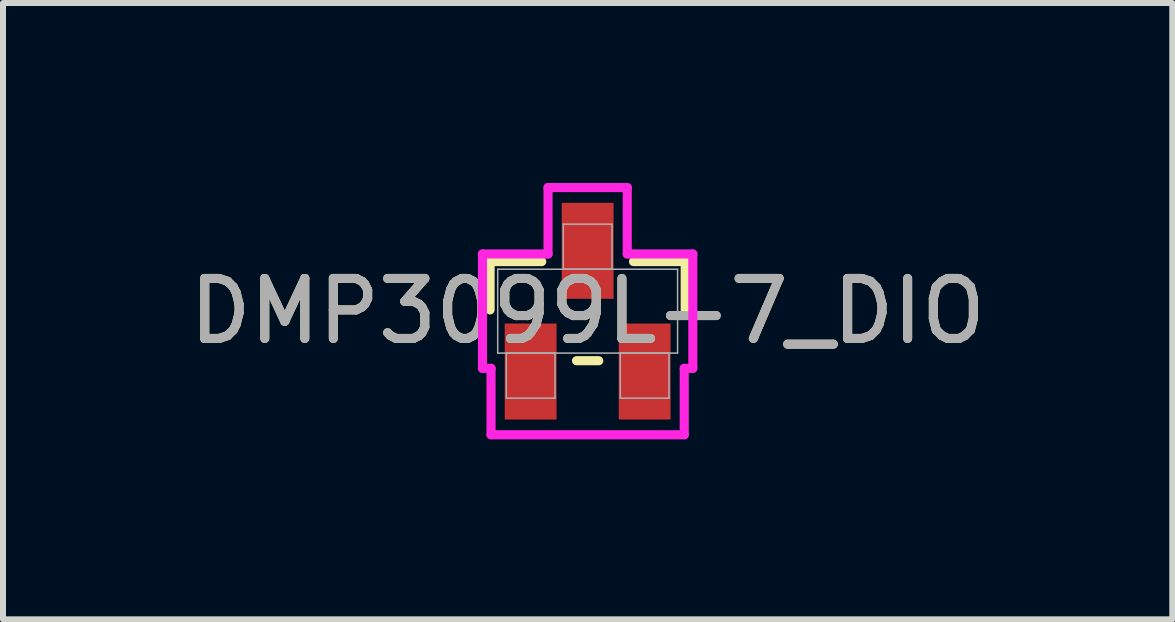
<source format=kicad_pcb>
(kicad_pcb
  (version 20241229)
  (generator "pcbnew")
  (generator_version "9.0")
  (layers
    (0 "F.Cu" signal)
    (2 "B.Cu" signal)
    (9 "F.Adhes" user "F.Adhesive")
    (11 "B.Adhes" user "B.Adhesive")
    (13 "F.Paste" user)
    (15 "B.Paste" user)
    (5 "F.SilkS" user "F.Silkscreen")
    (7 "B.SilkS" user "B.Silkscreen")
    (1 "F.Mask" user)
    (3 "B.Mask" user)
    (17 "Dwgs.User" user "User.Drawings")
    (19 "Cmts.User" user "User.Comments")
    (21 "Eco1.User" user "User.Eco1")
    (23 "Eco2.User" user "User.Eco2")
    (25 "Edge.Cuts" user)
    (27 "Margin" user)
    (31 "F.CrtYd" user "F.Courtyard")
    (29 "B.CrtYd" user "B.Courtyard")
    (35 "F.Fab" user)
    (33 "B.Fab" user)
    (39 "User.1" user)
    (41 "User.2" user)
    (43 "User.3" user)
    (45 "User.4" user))
  (footprint "DMP3099L-7_DIO"
    (layer "F.Cu")
    (at 6.744 2.136)
    (property "Reference" "DMP3099L-7_DIO" (at 0 0 0) (unlocked yes) (layer "F.SilkS") (effects (font (size 1 1) (thickness 0.15))))
    (attr smd)
    (fp_line (start -1.626 -0.826) (end -1.626 -0.021) (stroke (width 0.152) (type solid)) (layer "F.SilkS"))
    (fp_line (start -0.765 -0.826) (end -1.626 -0.826) (stroke (width 0.152) (type solid)) (layer "F.SilkS"))
    (fp_line (start -0.185 0.826) (end 0.185 0.826) (stroke (width 0.152) (type solid)) (layer "F.SilkS"))
    (fp_line (start 1.626 -0.826) (end 0.765 -0.826) (stroke (width 0.152) (type solid)) (layer "F.SilkS"))
    (fp_line (start 1.626 -0.021) (end 1.626 -0.826) (stroke (width 0.152) (type solid)) (layer "F.SilkS"))
    (fp_line (start -1.753 -0.953) (end -0.66 -0.953) (stroke (width 0.152) (type solid)) (layer "F.CrtYd"))
    (fp_line (start -1.753 0.953) (end -1.753 -0.953) (stroke (width 0.152) (type solid)) (layer "F.CrtYd"))
    (fp_line (start -1.753 0.953) (end -1.61 0.953) (stroke (width 0.152) (type solid)) (layer "F.CrtYd"))
    (fp_line (start -1.61 0.953) (end -1.61 2.06) (stroke (width 0.152) (type solid)) (layer "F.CrtYd"))
    (fp_line (start -1.61 2.06) (end 1.61 2.06) (stroke (width 0.152) (type solid)) (layer "F.CrtYd"))
    (fp_line (start -0.66 -2.06) (end 0.66 -2.06) (stroke (width 0.152) (type solid)) (layer "F.CrtYd"))
    (fp_line (start -0.66 -0.953) (end -0.66 -2.06) (stroke (width 0.152) (type solid)) (layer "F.CrtYd"))
    (fp_line (start 0.66 -0.953) (end 0.66 -2.06) (stroke (width 0.152) (type solid)) (layer "F.CrtYd"))
    (fp_line (start 1.61 0.953) (end 1.61 2.06) (stroke (width 0.152) (type solid)) (layer "F.CrtYd"))
    (fp_line (start 1.753 -0.953) (end 0.66 -0.953) (stroke (width 0.152) (type solid)) (layer "F.CrtYd"))
    (fp_line (start 1.753 -0.953) (end 1.753 0.953) (stroke (width 0.152) (type solid)) (layer "F.CrtYd"))
    (fp_line (start 1.753 0.953) (end 1.61 0.953) (stroke (width 0.152) (type solid)) (layer "F.CrtYd"))
    (fp_line (start -1.499 -0.699) (end -1.499 0.699) (stroke (width 0.025) (type solid)) (layer "F.Fab"))
    (fp_line (start -1.499 0.699) (end 1.499 0.699) (stroke (width 0.025) (type solid)) (layer "F.Fab"))
    (fp_line (start -1.356 0.699) (end -1.356 1.45) (stroke (width 0.025) (type solid)) (layer "F.Fab"))
    (fp_line (start -1.356 1.45) (end -0.544 1.45) (stroke (width 0.025) (type solid)) (layer "F.Fab"))
    (fp_line (start -0.544 0.699) (end -1.356 0.699) (stroke (width 0.025) (type solid)) (layer "F.Fab"))
    (fp_line (start -0.544 1.45) (end -0.544 0.699) (stroke (width 0.025) (type solid)) (layer "F.Fab"))
    (fp_line (start -0.406 -1.45) (end -0.406 -0.699) (stroke (width 0.025) (type solid)) (layer "F.Fab"))
    (fp_line (start -0.406 -0.699) (end 0.406 -0.699) (stroke (width 0.025) (type solid)) (layer "F.Fab"))
    (fp_line (start 0.406 -1.45) (end -0.406 -1.45) (stroke (width 0.025) (type solid)) (layer "F.Fab"))
    (fp_line (start 0.406 -0.699) (end 0.406 -1.45) (stroke (width 0.025) (type solid)) (layer "F.Fab"))
    (fp_line (start 0.544 0.699) (end 0.544 1.45) (stroke (width 0.025) (type solid)) (layer "F.Fab"))
    (fp_line (start 0.544 1.45) (end 1.356 1.45) (stroke (width 0.025) (type solid)) (layer "F.Fab"))
    (fp_line (start 1.356 0.699) (end 0.544 0.699) (stroke (width 0.025) (type solid)) (layer "F.Fab"))
    (fp_line (start 1.356 1.45) (end 1.356 0.699) (stroke (width 0.025) (type solid)) (layer "F.Fab"))
    (fp_line (start 1.499 -0.699) (end -1.499 -0.699) (stroke (width 0.025) (type solid)) (layer "F.Fab"))
    (fp_line (start 1.499 0.699) (end 1.499 -0.699) (stroke (width 0.025) (type solid)) (layer "F.Fab"))
    (fp_circle (center -0.95 0.445) (end -0.95 0.445) (stroke (width 0.025) (type solid)) (fill no) (layer "F.Fab"))
    (fp_text user "${REFERENCE}" (at 0 0 0) (unlocked yes) (layer "F.Fab") (effects (font (size 1 1) (thickness 0.15))))
    (pad "1" smd rect (at -0.95 1.006) (size 0.864 1.6) (layers "F.Cu" "F.Mask" "F.Paste"))
    (pad "2" smd rect (at 0.95 1.006) (size 0.864 1.6) (layers "F.Cu" "F.Mask" "F.Paste"))
    (pad "3" smd rect (at 0 -1.006) (size 0.864 1.6) (layers "F.Cu" "F.Mask" "F.Paste")))
  (gr_rect
    (start -3 -3)
    (end 16.488 7.272)
    (stroke (width 0.1) (type default))
    (fill no)
    (layer "Edge.Cuts")))
</source>
